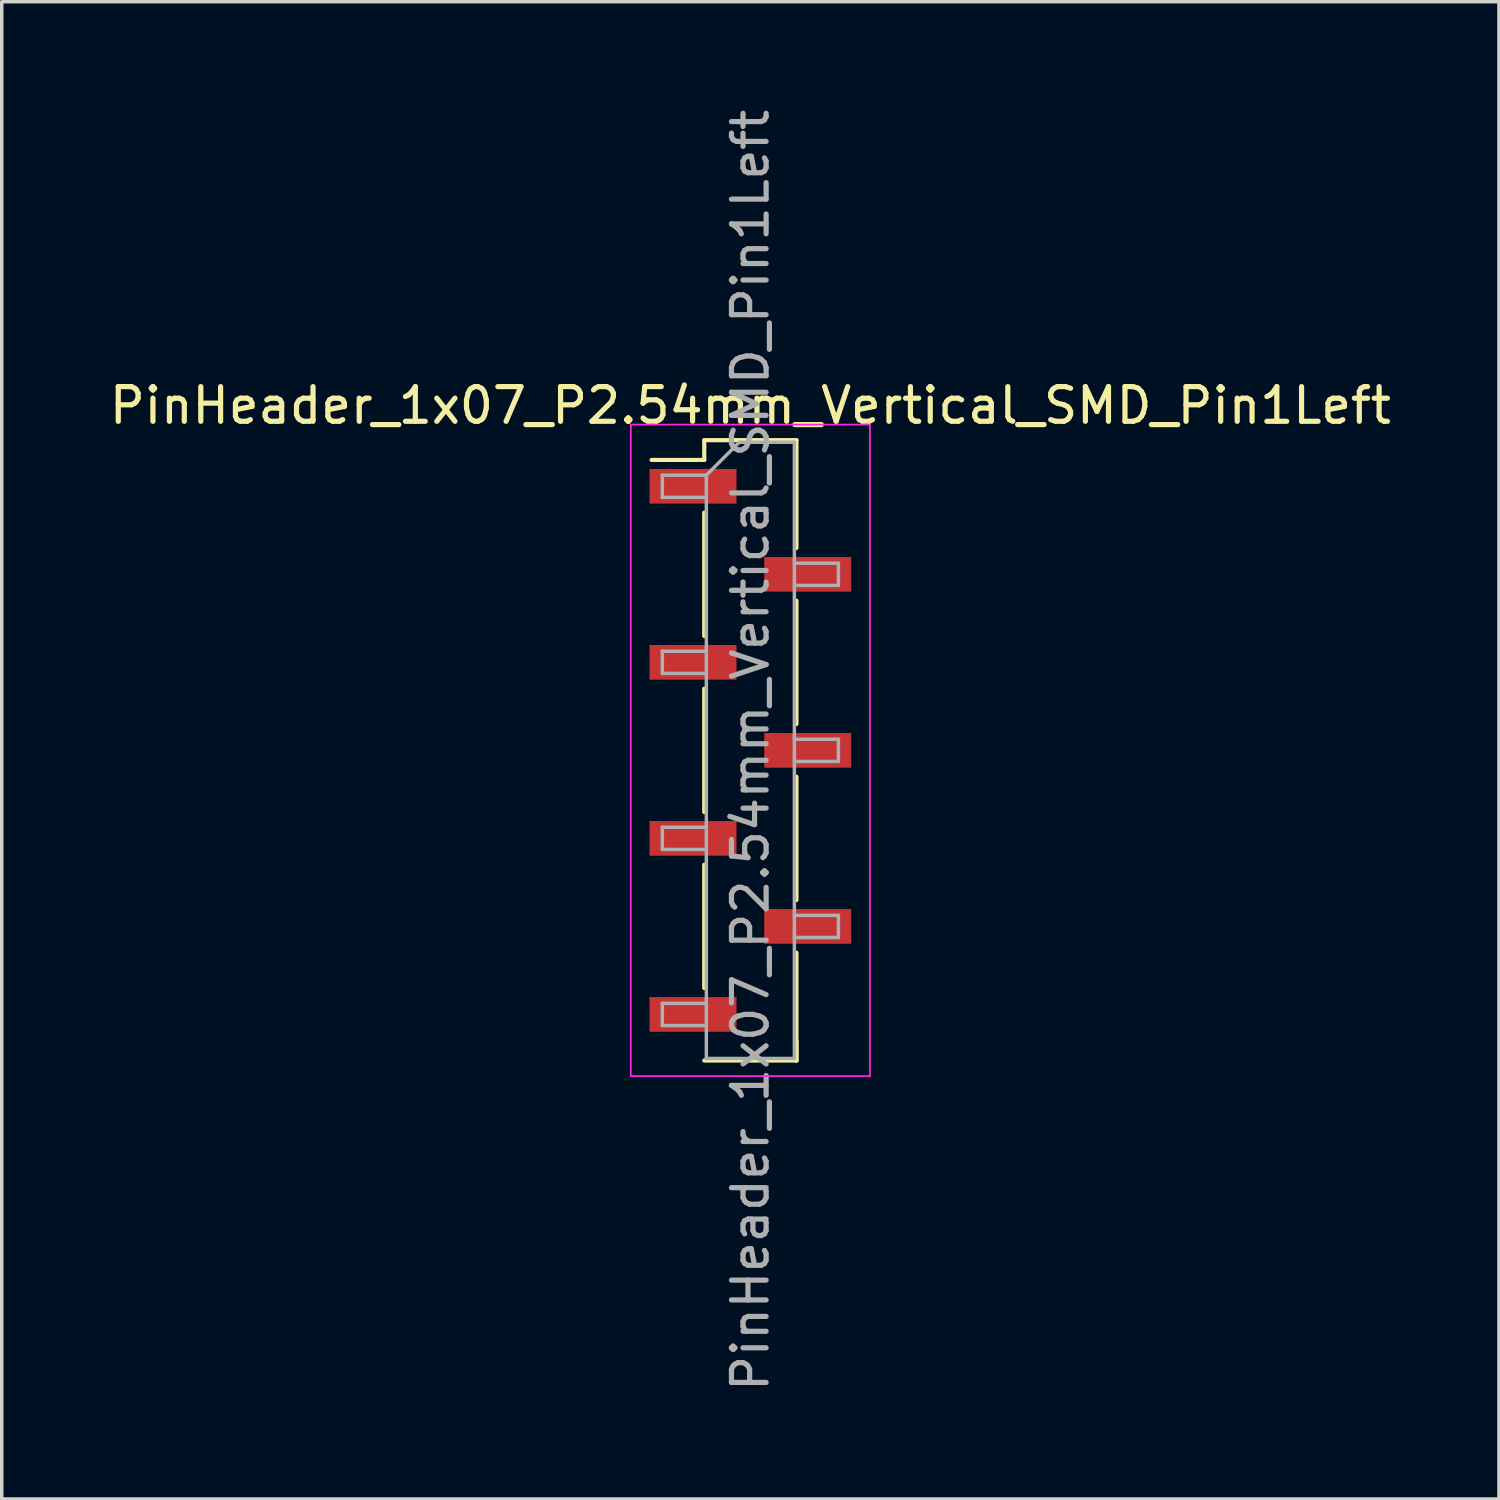
<source format=kicad_pcb>
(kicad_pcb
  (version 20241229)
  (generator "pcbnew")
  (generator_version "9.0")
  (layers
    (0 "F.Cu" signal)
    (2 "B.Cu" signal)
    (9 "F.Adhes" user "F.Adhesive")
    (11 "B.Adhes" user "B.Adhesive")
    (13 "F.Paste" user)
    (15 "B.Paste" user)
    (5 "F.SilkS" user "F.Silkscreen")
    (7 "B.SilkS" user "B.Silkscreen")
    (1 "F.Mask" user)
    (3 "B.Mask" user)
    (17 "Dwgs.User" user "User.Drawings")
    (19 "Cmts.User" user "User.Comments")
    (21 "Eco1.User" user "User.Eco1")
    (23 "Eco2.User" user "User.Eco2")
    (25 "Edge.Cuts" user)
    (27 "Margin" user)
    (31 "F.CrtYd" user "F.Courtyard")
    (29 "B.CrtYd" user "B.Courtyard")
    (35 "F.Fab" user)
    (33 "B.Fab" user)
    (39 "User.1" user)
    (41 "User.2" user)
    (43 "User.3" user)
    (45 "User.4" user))
  (footprint "PinHeader_1x07_P2.54mm_Vertical_SMD_Pin1Left"
    (layer "F.Cu")
    (at 18.601 18.601)
    (property "Reference" "PinHeader_1x07_P2.54mm_Vertical_SMD_Pin1Left" (at 0 -9.95 0) (layer "F.SilkS") (effects (font (size 1 1) (thickness 0.15))))
    (attr smd)
    (fp_line (start -1.33 -8.95) (end -1.33 -8.38) (stroke (width 0.12) (type solid)) (layer "F.SilkS"))
    (fp_line (start -1.33 -8.95) (end 1.33 -8.95) (stroke (width 0.12) (type solid)) (layer "F.SilkS"))
    (fp_line (start -1.33 -8.38) (end -2.85 -8.38) (stroke (width 0.12) (type solid)) (layer "F.SilkS"))
    (fp_line (start -1.33 -6.86) (end -1.33 -3.3) (stroke (width 0.12) (type solid)) (layer "F.SilkS"))
    (fp_line (start -1.33 -1.78) (end -1.33 1.78) (stroke (width 0.12) (type solid)) (layer "F.SilkS"))
    (fp_line (start -1.33 3.3) (end -1.33 6.86) (stroke (width 0.12) (type solid)) (layer "F.SilkS"))
    (fp_line (start -1.33 8.95) (end 1.33 8.95) (stroke (width 0.12) (type solid)) (layer "F.SilkS"))
    (fp_line (start 1.33 -8.95) (end 1.33 -5.84) (stroke (width 0.12) (type solid)) (layer "F.SilkS"))
    (fp_line (start 1.33 -4.32) (end 1.33 -0.76) (stroke (width 0.12) (type solid)) (layer "F.SilkS"))
    (fp_line (start 1.33 0.76) (end 1.33 4.32) (stroke (width 0.12) (type solid)) (layer "F.SilkS"))
    (fp_line (start 1.33 5.84) (end 1.33 8.95) (stroke (width 0.12) (type solid)) (layer "F.SilkS"))
    (fp_line (start 1.33 8.38) (end 1.33 8.95) (stroke (width 0.12) (type solid)) (layer "F.SilkS"))
    (fp_line (start -3.45 -9.4) (end -3.45 9.4) (stroke (width 0.05) (type solid)) (layer "F.CrtYd"))
    (fp_line (start -3.45 9.4) (end 3.45 9.4) (stroke (width 0.05) (type solid)) (layer "F.CrtYd"))
    (fp_line (start 3.45 -9.4) (end -3.45 -9.4) (stroke (width 0.05) (type solid)) (layer "F.CrtYd"))
    (fp_line (start 3.45 9.4) (end 3.45 -9.4) (stroke (width 0.05) (type solid)) (layer "F.CrtYd"))
    (fp_line (start -2.54 -7.94) (end -2.54 -7.3) (stroke (width 0.1) (type solid)) (layer "F.Fab"))
    (fp_line (start -2.54 -7.3) (end -1.27 -7.3) (stroke (width 0.1) (type solid)) (layer "F.Fab"))
    (fp_line (start -2.54 -2.86) (end -2.54 -2.22) (stroke (width 0.1) (type solid)) (layer "F.Fab"))
    (fp_line (start -2.54 -2.22) (end -1.27 -2.22) (stroke (width 0.1) (type solid)) (layer "F.Fab"))
    (fp_line (start -2.54 2.22) (end -2.54 2.86) (stroke (width 0.1) (type solid)) (layer "F.Fab"))
    (fp_line (start -2.54 2.86) (end -1.27 2.86) (stroke (width 0.1) (type solid)) (layer "F.Fab"))
    (fp_line (start -2.54 7.3) (end -2.54 7.94) (stroke (width 0.1) (type solid)) (layer "F.Fab"))
    (fp_line (start -2.54 7.94) (end -1.27 7.94) (stroke (width 0.1) (type solid)) (layer "F.Fab"))
    (fp_line (start -1.27 -7.94) (end -2.54 -7.94) (stroke (width 0.1) (type solid)) (layer "F.Fab"))
    (fp_line (start -1.27 -7.94) (end -0.32 -8.89) (stroke (width 0.1) (type solid)) (layer "F.Fab"))
    (fp_line (start -1.27 -2.86) (end -2.54 -2.86) (stroke (width 0.1) (type solid)) (layer "F.Fab"))
    (fp_line (start -1.27 2.22) (end -2.54 2.22) (stroke (width 0.1) (type solid)) (layer "F.Fab"))
    (fp_line (start -1.27 7.3) (end -2.54 7.3) (stroke (width 0.1) (type solid)) (layer "F.Fab"))
    (fp_line (start -1.27 8.89) (end -1.27 -7.94) (stroke (width 0.1) (type solid)) (layer "F.Fab"))
    (fp_line (start -0.32 -8.89) (end 1.27 -8.89) (stroke (width 0.1) (type solid)) (layer "F.Fab"))
    (fp_line (start 1.27 -8.89) (end 1.27 8.89) (stroke (width 0.1) (type solid)) (layer "F.Fab"))
    (fp_line (start 1.27 -5.4) (end 2.54 -5.4) (stroke (width 0.1) (type solid)) (layer "F.Fab"))
    (fp_line (start 1.27 -0.32) (end 2.54 -0.32) (stroke (width 0.1) (type solid)) (layer "F.Fab"))
    (fp_line (start 1.27 4.76) (end 2.54 4.76) (stroke (width 0.1) (type solid)) (layer "F.Fab"))
    (fp_line (start 1.27 8.89) (end -1.27 8.89) (stroke (width 0.1) (type solid)) (layer "F.Fab"))
    (fp_line (start 2.54 -5.4) (end 2.54 -4.76) (stroke (width 0.1) (type solid)) (layer "F.Fab"))
    (fp_line (start 2.54 -4.76) (end 1.27 -4.76) (stroke (width 0.1) (type solid)) (layer "F.Fab"))
    (fp_line (start 2.54 -0.32) (end 2.54 0.32) (stroke (width 0.1) (type solid)) (layer "F.Fab"))
    (fp_line (start 2.54 0.32) (end 1.27 0.32) (stroke (width 0.1) (type solid)) (layer "F.Fab"))
    (fp_line (start 2.54 4.76) (end 2.54 5.4) (stroke (width 0.1) (type solid)) (layer "F.Fab"))
    (fp_line (start 2.54 5.4) (end 1.27 5.4) (stroke (width 0.1) (type solid)) (layer "F.Fab"))
    (fp_text user "${REFERENCE}" (at 0 0 90) (layer "F.Fab") (effects (font (size 1 1) (thickness 0.15))))
    (pad "1" smd rect (at -1.655 -7.62) (size 2.51 1) (layers "F.Cu" "F.Mask" "F.Paste"))
    (pad "2" smd rect (at 1.655 -5.08) (size 2.51 1) (layers "F.Cu" "F.Mask" "F.Paste"))
    (pad "3" smd rect (at -1.655 -2.54) (size 2.51 1) (layers "F.Cu" "F.Mask" "F.Paste"))
    (pad "4" smd rect (at 1.655 0) (size 2.51 1) (layers "F.Cu" "F.Mask" "F.Paste"))
    (pad "5" smd rect (at -1.655 2.54) (size 2.51 1) (layers "F.Cu" "F.Mask" "F.Paste"))
    (pad "6" smd rect (at 1.655 5.08) (size 2.51 1) (layers "F.Cu" "F.Mask" "F.Paste"))
    (pad "7" smd rect (at -1.655 7.62) (size 2.51 1) (layers "F.Cu" "F.Mask" "F.Paste")))
  (gr_rect
    (start -3 -3)
    (end 40.202 40.202)
    (stroke (width 0.1) (type default))
    (fill no)
    (layer "Edge.Cuts")))
</source>
